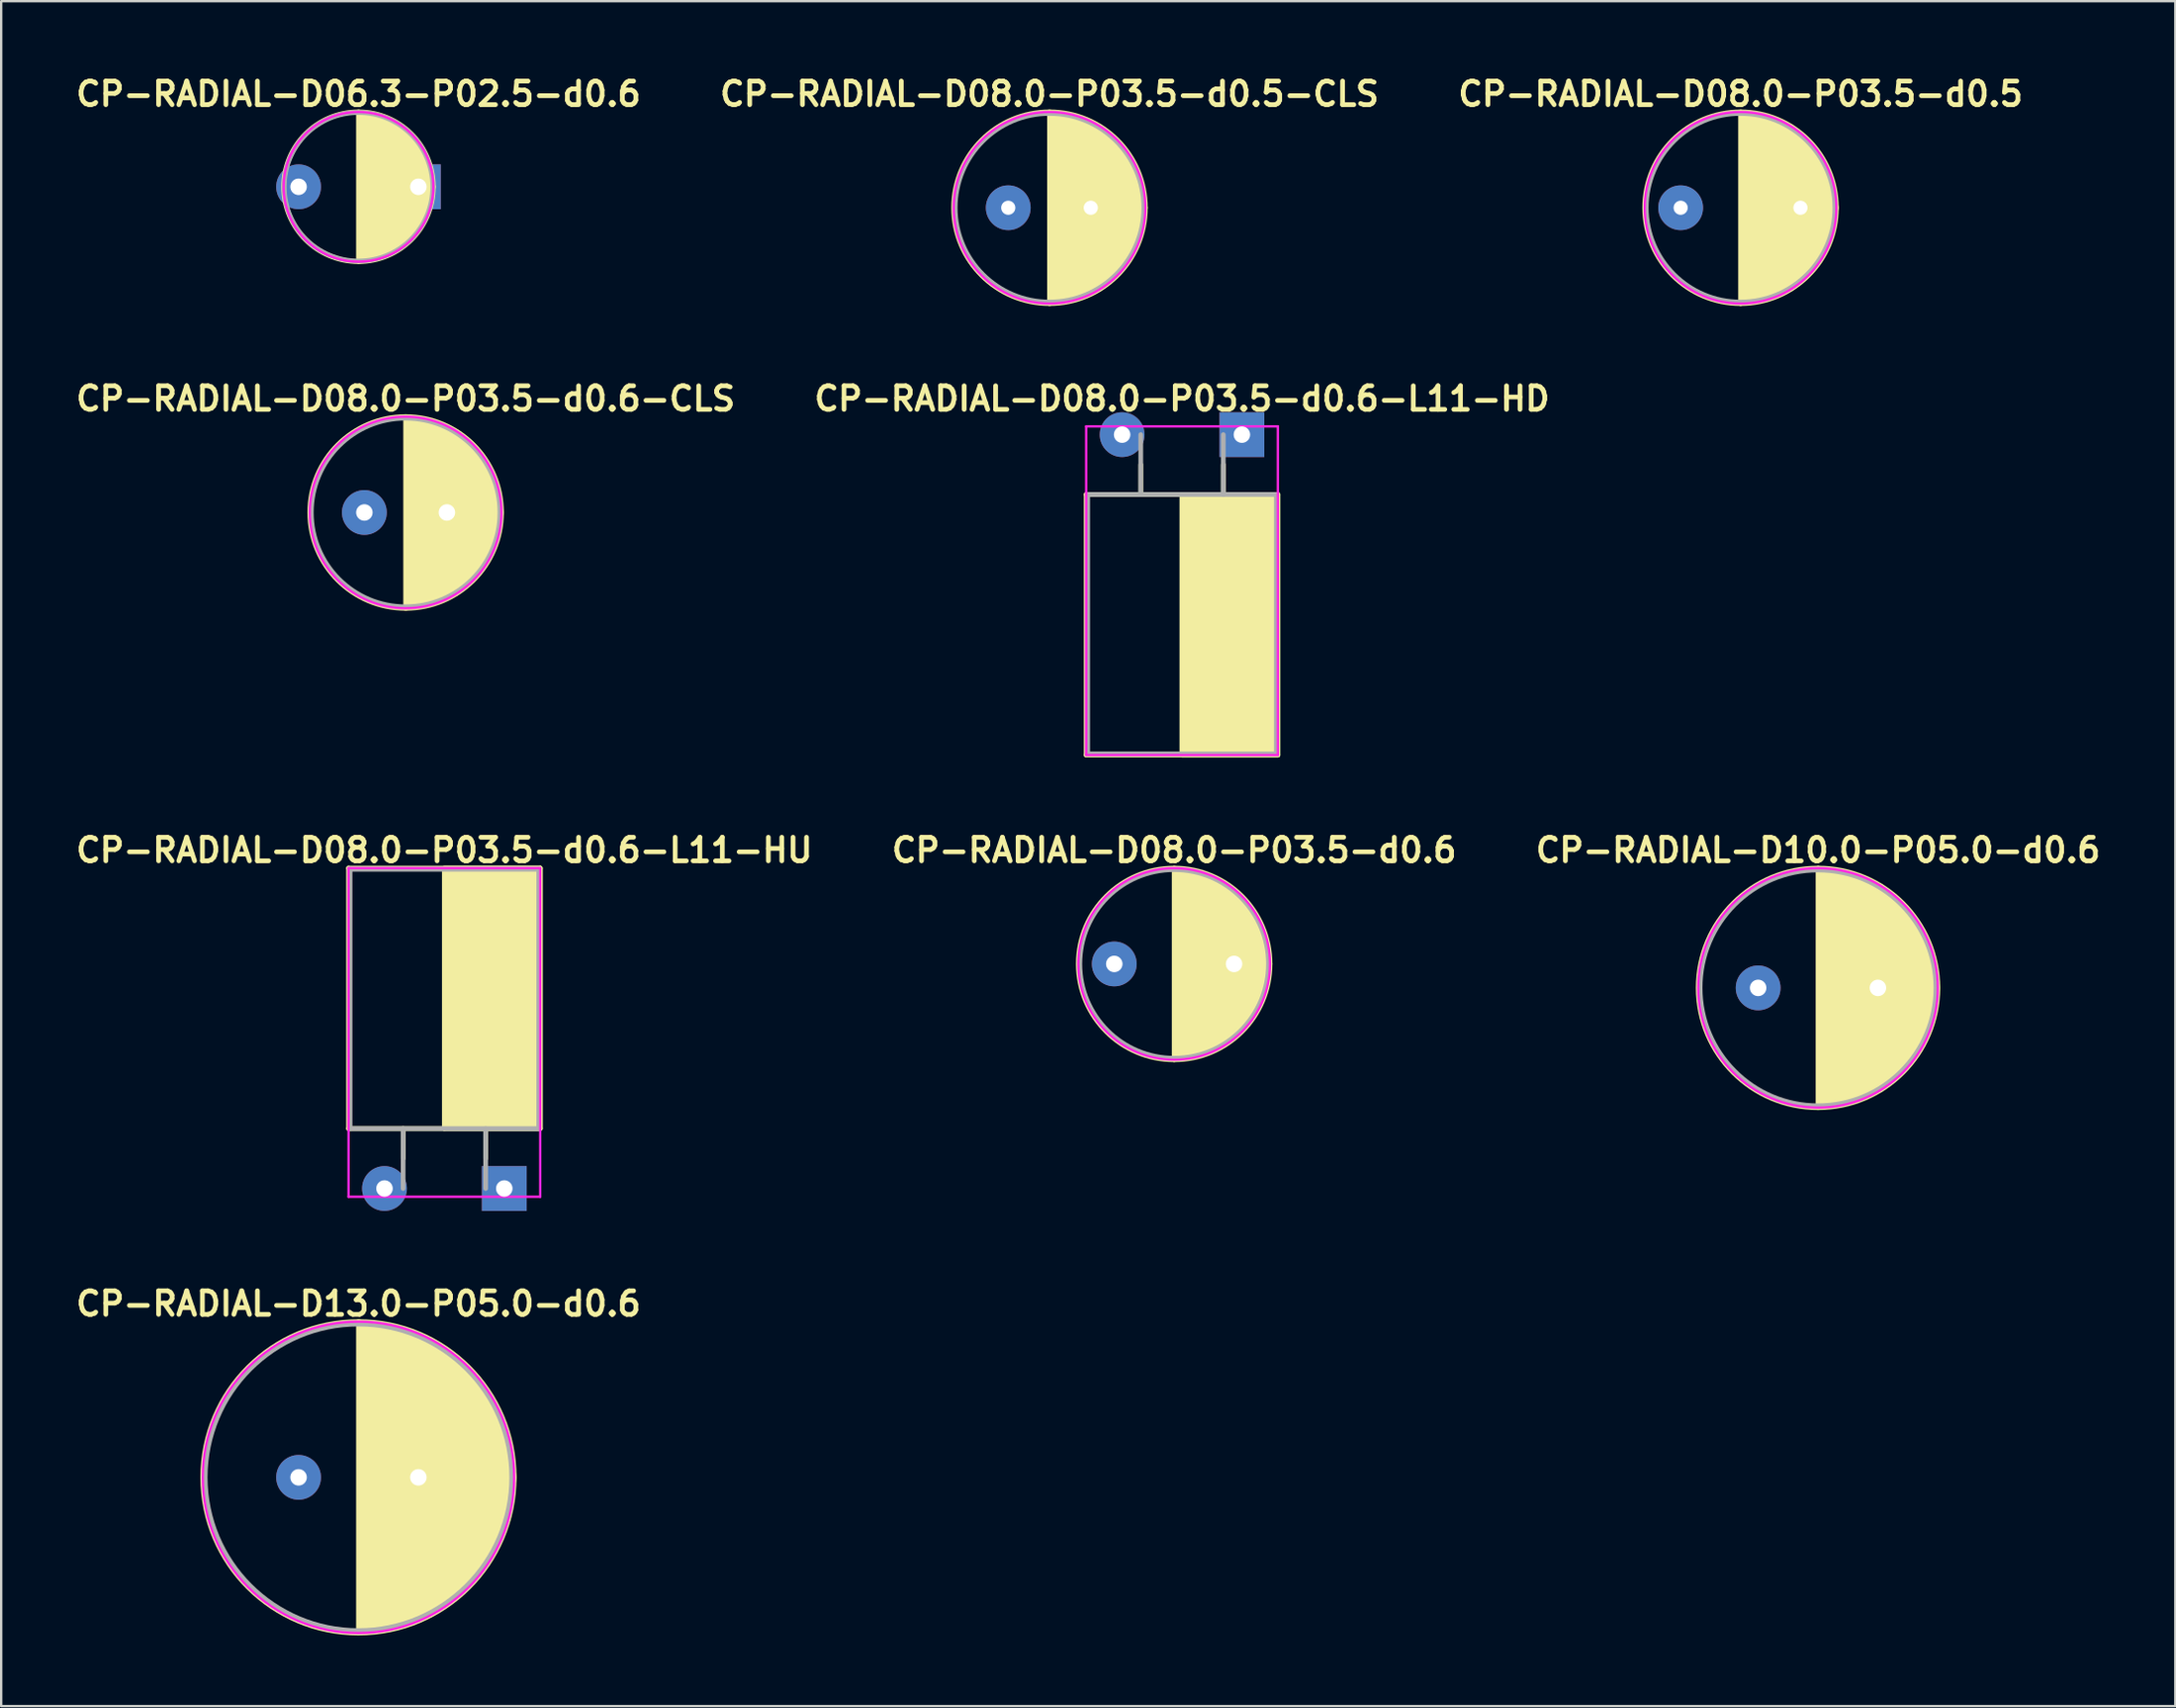
<source format=kicad_pcb>
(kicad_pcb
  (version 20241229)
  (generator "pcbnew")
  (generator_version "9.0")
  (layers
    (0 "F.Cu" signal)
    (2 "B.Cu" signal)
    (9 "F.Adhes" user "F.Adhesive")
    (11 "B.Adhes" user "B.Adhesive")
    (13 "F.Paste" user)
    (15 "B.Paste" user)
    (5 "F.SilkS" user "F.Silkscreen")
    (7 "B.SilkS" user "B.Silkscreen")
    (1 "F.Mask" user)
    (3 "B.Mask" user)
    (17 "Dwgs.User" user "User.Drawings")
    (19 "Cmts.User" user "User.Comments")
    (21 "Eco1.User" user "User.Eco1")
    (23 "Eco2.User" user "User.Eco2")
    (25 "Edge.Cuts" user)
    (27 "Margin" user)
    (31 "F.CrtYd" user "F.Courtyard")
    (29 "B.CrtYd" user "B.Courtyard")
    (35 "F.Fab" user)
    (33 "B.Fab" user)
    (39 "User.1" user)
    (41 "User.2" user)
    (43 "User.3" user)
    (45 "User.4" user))
  (footprint "CP-RADIAL-D08.0-P03.5-d0.6-L11-HU"
    (layer "F.Cu")
    (at 15.795 47.362)
    (property "Reference" "CP-RADIAL-D08.0-P03.5-d0.6-L11-HU" (at 0 -14.351 0) (layer "F.SilkS") (effects (font (size 1 1) (thickness 0.2))))
    (attr through_hole)
    (fp_line (start -4.064 -13.589) (end -4.064 -2.54) (stroke (width 0.2) (type solid)) (layer "F.SilkS"))
    (fp_line (start -4.064 -13.589) (end 4.064 -13.589) (stroke (width 0.2) (type solid)) (layer "F.SilkS"))
    (fp_line (start -4.064 -2.54) (end 4.064 -2.54) (stroke (width 0.2) (type solid)) (layer "F.SilkS"))
    (fp_line (start -1.75 -2.54) (end -1.75 -1.27) (stroke (width 0.2) (type solid)) (layer "F.SilkS"))
    (fp_line (start 0 -13.54) (end 0 -2.54) (stroke (width 0.2) (type solid)) (layer "F.SilkS"))
    (fp_line (start 1.75 -2.54) (end 1.75 -1.27) (stroke (width 0.2) (type solid)) (layer "F.SilkS"))
    (fp_line (start 4.064 -13.589) (end 4.064 -2.54) (stroke (width 0.2) (type solid)) (layer "F.SilkS"))
    (fp_poly (pts (xy 0 -13.589) (xy 4.064 -13.589) (xy 4.064 -2.54) (xy 0 -2.54)) (stroke (width 0.2) (type solid)) (fill yes) (layer "F.SilkS"))
    (fp_line (start -4.064 -13.589) (end -4.064 0.35) (stroke (width 0.1) (type solid)) (layer "F.CrtYd"))
    (fp_line (start -4.064 -13.589) (end 4.064 -13.589) (stroke (width 0.1) (type solid)) (layer "F.CrtYd"))
    (fp_line (start -4.064 0.35) (end 4.064 0.35) (stroke (width 0.1) (type solid)) (layer "F.CrtYd"))
    (fp_line (start 4.064 -13.589) (end 4.064 0.35) (stroke (width 0.1) (type solid)) (layer "F.CrtYd"))
    (fp_line (start -4 -13.54) (end -4 -2.54) (stroke (width 0.2) (type solid)) (layer "F.Fab"))
    (fp_line (start -4 -13.54) (end 4 -13.54) (stroke (width 0.2) (type solid)) (layer "F.Fab"))
    (fp_line (start -4 -2.54) (end 4 -2.54) (stroke (width 0.2) (type solid)) (layer "F.Fab"))
    (fp_line (start -1.75 -2.54) (end -1.75 0) (stroke (width 0.2) (type solid)) (layer "F.Fab"))
    (fp_line (start 1.75 -2.54) (end 1.75 0) (stroke (width 0.2) (type solid)) (layer "F.Fab"))
    (fp_line (start 4 -13.54) (end 4 -2.54) (stroke (width 0.2) (type solid)) (layer "F.Fab"))
    (pad "+" thru_hole circle (at -2.54 0) (size 1.9 1.9) (drill 0.7) (layers "B.Cu" "B.Mask"))
    (pad "-" thru_hole rect (at 2.54 0) (size 1.9 1.9) (drill 0.7) (layers "B.Cu" "B.Mask")))
  (footprint "CP-RADIAL-D08.0-P03.5-d0.6-L11-HD"
    (layer "F.Cu")
    (at 47.076 15.386)
    (property "Reference" "CP-RADIAL-D08.0-P03.5-d0.6-L11-HD" (at 0 -1.524 0) (layer "F.SilkS") (effects (font (size 1 1) (thickness 0.2))))
    (attr through_hole)
    (fp_line (start -4.064 2.54) (end 4.064 2.54) (stroke (width 0.2) (type solid)) (layer "F.SilkS"))
    (fp_line (start -4.064 13.589) (end -4.064 2.54) (stroke (width 0.2) (type solid)) (layer "F.SilkS"))
    (fp_line (start -4.064 13.589) (end 4.064 13.589) (stroke (width 0.2) (type solid)) (layer "F.SilkS"))
    (fp_line (start -1.75 2.54) (end -1.75 1.27) (stroke (width 0.2) (type solid)) (layer "F.SilkS"))
    (fp_line (start 0 13.54) (end 0 2.54) (stroke (width 0.2) (type solid)) (layer "F.SilkS"))
    (fp_line (start 1.75 2.54) (end 1.75 1.27) (stroke (width 0.2) (type solid)) (layer "F.SilkS"))
    (fp_line (start 4.064 13.589) (end 4.064 2.54) (stroke (width 0.2) (type solid)) (layer "F.SilkS"))
    (fp_poly (pts (xy 0 2.54) (xy 4.064 2.54) (xy 4.064 13.589) (xy 0 13.589)) (stroke (width 0.2) (type solid)) (fill yes) (layer "F.SilkS"))
    (fp_line (start -4.064 -0.35) (end 4.064 -0.35) (stroke (width 0.1) (type solid)) (layer "F.CrtYd"))
    (fp_line (start -4.064 13.589) (end -4.064 -0.35) (stroke (width 0.1) (type solid)) (layer "F.CrtYd"))
    (fp_line (start -4.064 13.589) (end 4.064 13.589) (stroke (width 0.1) (type solid)) (layer "F.CrtYd"))
    (fp_line (start 4.064 13.589) (end 4.064 -0.35) (stroke (width 0.1) (type solid)) (layer "F.CrtYd"))
    (fp_line (start -4 2.54) (end 4 2.54) (stroke (width 0.2) (type solid)) (layer "F.Fab"))
    (fp_line (start -4 13.54) (end -4 2.54) (stroke (width 0.2) (type solid)) (layer "F.Fab"))
    (fp_line (start -4 13.54) (end 4 13.54) (stroke (width 0.2) (type solid)) (layer "F.Fab"))
    (fp_line (start -1.75 2.54) (end -1.75 0) (stroke (width 0.2) (type solid)) (layer "F.Fab"))
    (fp_line (start 1.75 2.54) (end 1.75 0) (stroke (width 0.2) (type solid)) (layer "F.Fab"))
    (fp_line (start 4 13.54) (end 4 2.54) (stroke (width 0.2) (type solid)) (layer "F.Fab"))
    (pad "+" thru_hole circle (at -2.54 0) (size 1.9 1.9) (drill 0.7) (layers "B.Cu" "B.Mask"))
    (pad "-" thru_hole rect (at 2.54 0) (size 1.9 1.9) (drill 0.7) (layers "B.Cu" "B.Mask")))
  (footprint "CP-RADIAL-D08.0-P03.5-d0.5"
    (layer "F.Cu")
    (at 70.762 5.762)
    (property "Reference" "CP-RADIAL-D08.0-P03.5-d0.5" (at 0 -4.826 0) (layer "F.SilkS") (effects (font (size 1 1) (thickness 0.2))))
    (attr through_hole)
    (fp_circle (center 0 0) (end 4.064 0) (stroke (width 0.2) (type solid)) (fill no) (layer "F.SilkS"))
    (fp_poly (pts (xy 0 -4.064) (xy 2.159 -3.429) (xy 3.683 -1.651) (xy 4.064 0) (xy 3.683 1.651) (xy 2.159 3.429) (xy 0 4.064)) (stroke (width 0.2) (type solid)) (fill yes) (layer "F.SilkS"))
    (fp_circle (center 0 0) (end 4.064 0) (stroke (width 0.1) (type solid)) (fill no) (layer "F.CrtYd"))
    (fp_circle (center 0 0) (end 4 0) (stroke (width 0.2) (type solid)) (fill no) (layer "F.Fab"))
    (pad "+" thru_hole circle (at -2.54 0) (size 1.9 1.9) (drill 0.6) (layers "B.Cu" "B.Mask"))
    (pad "-" thru_hole rect (at 2.54 0) (size 1.9 1.9) (drill 0.6) (layers "B.Cu" "B.Mask")))
  (footprint "CP-RADIAL-D13.0-P05.0-d0.6"
    (layer "F.Cu")
    (at 12.152 59.614)
    (property "Reference" "CP-RADIAL-D13.0-P05.0-d0.6" (at 0 -7.366 0) (layer "F.SilkS") (effects (font (size 1 1) (thickness 0.2))))
    (attr through_hole)
    (fp_circle (center 0 0) (end 6.604 0) (stroke (width 0.2) (type solid)) (fill no) (layer "F.SilkS"))
    (fp_poly (pts (xy 0 -6.604) (xy 3.048 -5.842) (xy 5.08 -4.191) (xy 6.35 -1.651) (xy 6.604 0) (xy 6.35 1.778) (xy 5.08 4.191) (xy 3.048 5.842) (xy 0 6.604)) (stroke (width 0.2) (type solid)) (fill yes) (layer "F.SilkS"))
    (fp_circle (center 0 0) (end 6.604 0) (stroke (width 0.1) (type solid)) (fill no) (layer "F.CrtYd"))
    (fp_circle (center 0 0) (end 6.5 0) (stroke (width 0.2) (type solid)) (fill no) (layer "F.Fab"))
    (pad "+" thru_hole circle (at -2.54 0) (size 1.9 1.9) (drill 0.7) (layers "B.Cu" "B.Mask"))
    (pad "-" thru_hole rect (at 2.54 0) (size 1.9 1.9) (drill 0.7) (layers "B.Cu" "B.Mask")))
  (footprint "CP-RADIAL-D10.0-P05.0-d0.6"
    (layer "F.Cu")
    (at 74.048 38.853)
    (property "Reference" "CP-RADIAL-D10.0-P05.0-d0.6" (at 0 -5.842 0) (layer "F.SilkS") (effects (font (size 1 1) (thickness 0.2))))
    (attr through_hole)
    (fp_circle (center 0 0) (end 5.08 0) (stroke (width 0.2) (type solid)) (fill no) (layer "F.SilkS"))
    (fp_poly (pts (xy 0 -5.08) (xy 2.667 -4.318) (xy 4.445 -2.413) (xy 5.08 0) (xy 4.445 2.413) (xy 2.667 4.318) (xy 0 5.08) (xy 0 0)) (stroke (width 0.2) (type solid)) (fill yes) (layer "F.SilkS"))
    (fp_circle (center 0 0) (end 5.08 0) (stroke (width 0.1) (type solid)) (fill no) (layer "F.CrtYd"))
    (fp_circle (center 0 0) (end 5 0) (stroke (width 0.2) (type solid)) (fill no) (layer "F.Fab"))
    (pad "+" thru_hole circle (at -2.54 0) (size 1.9 1.9) (drill 0.7) (layers "B.Cu" "B.Mask"))
    (pad "-" thru_hole rect (at 2.54 0) (size 1.9 1.9) (drill 0.7) (layers "B.Cu" "B.Mask")))
  (footprint "CP-RADIAL-D06.3-P02.5-d0.6"
    (layer "F.Cu")
    (at 12.152 4.873)
    (property "Reference" "CP-RADIAL-D06.3-P02.5-d0.6" (at 0 -3.937 0) (layer "F.SilkS") (effects (font (size 1 1) (thickness 0.2))))
    (attr through_hole)
    (fp_circle (center 0 0) (end 3.175 0) (stroke (width 0.2) (type solid)) (fill no) (layer "F.SilkS"))
    (fp_poly (pts (xy 0 -3.175) (xy 1.651 -2.667) (xy 2.794 -1.397) (xy 3.175 0) (xy 2.794 1.397) (xy 1.651 2.667) (xy 0 3.175)) (stroke (width 0.2) (type solid)) (fill yes) (layer "F.SilkS"))
    (fp_circle (center 0 0) (end 3.175 0) (stroke (width 0.1) (type solid)) (fill no) (layer "F.CrtYd"))
    (fp_circle (center 0 0) (end 3.15 0) (stroke (width 0.2) (type solid)) (fill no) (layer "F.Fab"))
    (pad "+" thru_hole circle (at -2.54 0) (size 1.9 1.9) (drill 0.7) (layers "B.Cu" "B.Mask"))
    (pad "-" thru_hole rect (at 2.54 0) (size 1.9 1.9) (drill 0.7) (layers "B.Cu" "B.Mask")))
  (footprint "CP-RADIAL-D08.0-P03.5-d0.6"
    (layer "F.Cu")
    (at 46.743 37.837)
    (property "Reference" "CP-RADIAL-D08.0-P03.5-d0.6" (at 0 -4.826 0) (layer "F.SilkS") (effects (font (size 1 1) (thickness 0.2))))
    (attr through_hole)
    (fp_circle (center 0 0) (end 4.064 0) (stroke (width 0.2) (type solid)) (fill no) (layer "F.SilkS"))
    (fp_poly (pts (xy 0 -4.064) (xy 2.159 -3.429) (xy 3.683 -1.651) (xy 4.064 0) (xy 3.683 1.651) (xy 2.159 3.429) (xy 0 4.064)) (stroke (width 0.2) (type solid)) (fill yes) (layer "F.SilkS"))
    (fp_circle (center 0 0) (end 4.064 0) (stroke (width 0.1) (type solid)) (fill no) (layer "F.CrtYd"))
    (fp_circle (center 0 0) (end 4 0) (stroke (width 0.2) (type solid)) (fill no) (layer "F.Fab"))
    (pad "+" thru_hole circle (at -2.54 0) (size 1.9 1.9) (drill 0.7) (layers "B.Cu" "B.Mask"))
    (pad "-" thru_hole rect (at 2.54 0) (size 1.9 1.9) (drill 0.7) (layers "B.Cu" "B.Mask")))
  (footprint "CP-RADIAL-D08.0-P03.5-d0.5-CLS"
    (layer "F.Cu")
    (at 41.457 5.762)
    (property "Reference" "CP-RADIAL-D08.0-P03.5-d0.5-CLS" (at 0 -4.826 0) (layer "F.SilkS") (effects (font (size 1 1) (thickness 0.2))))
    (attr through_hole)
    (fp_circle (center 0 0) (end 4.064 0) (stroke (width 0.2) (type solid)) (fill no) (layer "F.SilkS"))
    (fp_poly (pts (xy 0 -4.064) (xy 2.159 -3.429) (xy 3.683 -1.651) (xy 4.064 0) (xy 3.683 1.651) (xy 2.159 3.429) (xy 0 4.064)) (stroke (width 0.2) (type solid)) (fill yes) (layer "F.SilkS"))
    (fp_circle (center 0 0) (end 4.064 0) (stroke (width 0.1) (type solid)) (fill no) (layer "F.CrtYd"))
    (fp_circle (center 0 0) (end 4 0) (stroke (width 0.2) (type solid)) (fill no) (layer "F.Fab"))
    (pad "+" thru_hole circle (at -1.75 0) (size 1.9 1.9) (drill 0.6) (layers "B.Cu" "B.Mask"))
    (pad "-" thru_hole rect (at 1.75 0) (size 1.9 1.9) (drill 0.6) (layers "B.Cu" "B.Mask")))
  (footprint "CP-RADIAL-D08.0-P03.5-d0.6-CLS"
    (layer "F.Cu")
    (at 14.152 18.688)
    (property "Reference" "CP-RADIAL-D08.0-P03.5-d0.6-CLS" (at 0 -4.826 0) (layer "F.SilkS") (effects (font (size 1 1) (thickness 0.2))))
    (attr through_hole)
    (fp_circle (center 0 0) (end 4.064 0) (stroke (width 0.2) (type solid)) (fill no) (layer "F.SilkS"))
    (fp_poly (pts (xy 0 -4.064) (xy 2.159 -3.429) (xy 3.683 -1.651) (xy 4.064 0) (xy 3.683 1.651) (xy 2.159 3.429) (xy 0 4.064)) (stroke (width 0.2) (type solid)) (fill yes) (layer "F.SilkS"))
    (fp_circle (center 0 0) (end 4.064 0) (stroke (width 0.1) (type solid)) (fill no) (layer "F.CrtYd"))
    (fp_circle (center 0 0) (end 4 0) (stroke (width 0.2) (type solid)) (fill no) (layer "F.Fab"))
    (pad "+" thru_hole circle (at -1.75 0) (size 1.9 1.9) (drill 0.7) (layers "B.Cu" "B.Mask"))
    (pad "-" thru_hole rect (at 1.75 0) (size 1.9 1.9) (drill 0.7) (layers "B.Cu" "B.Mask")))
  (gr_rect
    (start -3 -3)
    (end 89.2 69.318)
    (stroke (width 0.1) (type default))
    (fill no)
    (layer "Edge.Cuts")))
</source>
